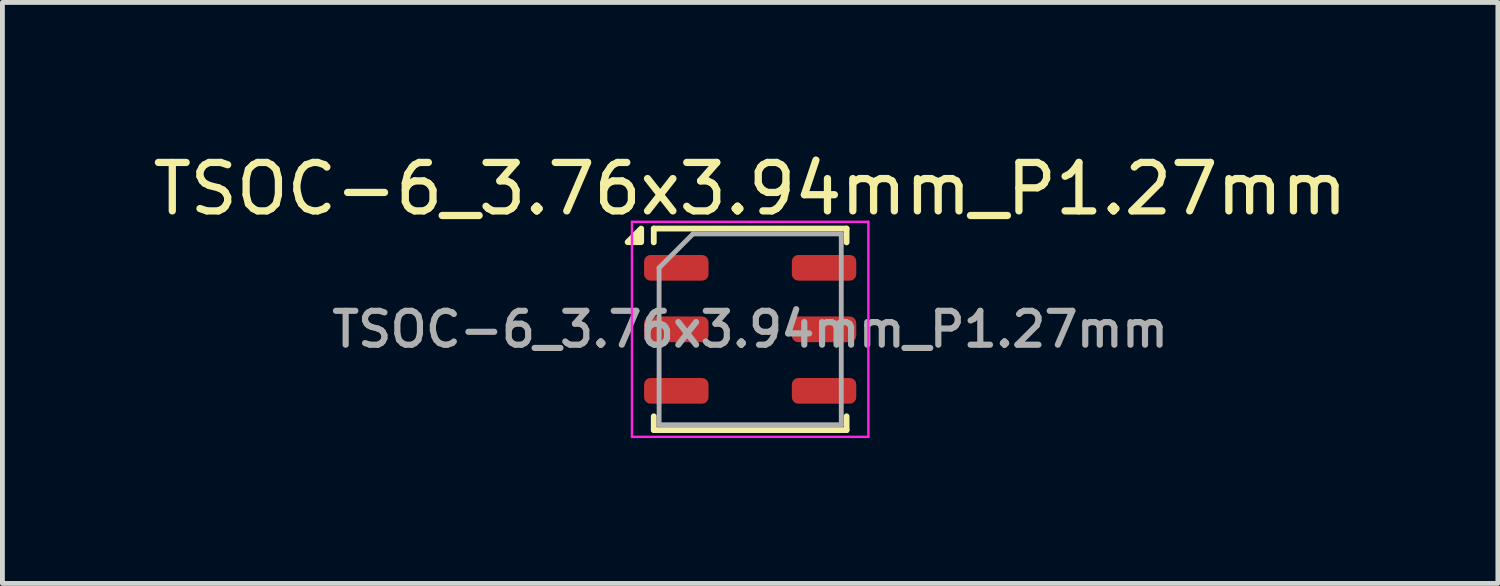
<source format=kicad_pcb>
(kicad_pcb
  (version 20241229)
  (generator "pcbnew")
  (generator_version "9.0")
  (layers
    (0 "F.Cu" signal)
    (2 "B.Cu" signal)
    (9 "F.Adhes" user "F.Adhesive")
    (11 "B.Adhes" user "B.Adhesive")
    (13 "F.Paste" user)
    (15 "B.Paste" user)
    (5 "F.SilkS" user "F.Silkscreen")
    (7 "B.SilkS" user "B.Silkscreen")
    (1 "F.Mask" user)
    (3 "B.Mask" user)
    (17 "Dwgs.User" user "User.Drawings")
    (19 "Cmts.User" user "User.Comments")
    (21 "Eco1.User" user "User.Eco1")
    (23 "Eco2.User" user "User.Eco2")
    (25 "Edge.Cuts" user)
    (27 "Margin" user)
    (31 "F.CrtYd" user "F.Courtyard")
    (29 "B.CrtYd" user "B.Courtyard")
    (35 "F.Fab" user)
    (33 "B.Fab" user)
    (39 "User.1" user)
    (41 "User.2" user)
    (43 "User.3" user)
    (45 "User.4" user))
  (footprint "TSOC-6_3.76x3.94mm_P1.27mm"
    (layer "F.Cu")
    (at 12.435 3.748)
    (property "Reference" "TSOC-6_3.76x3.94mm_P1.27mm" (at 0 -2.9 0) (layer "F.SilkS") (effects (font (size 1 1) (thickness 0.15))))
    (attr smd)
    (fp_line (start -1.99 -1.795) (end -1.99 -2.08) (stroke (width 0.12) (type solid)) (layer "F.SilkS"))
    (fp_line (start -1.99 1.795) (end -1.99 2.08) (stroke (width 0.12) (type solid)) (layer "F.SilkS"))
    (fp_line (start -1.99 2.08) (end 1.99 2.08) (stroke (width 0.12) (type solid)) (layer "F.SilkS"))
    (fp_line (start 1.99 -2.08) (end -1.99 -2.08) (stroke (width 0.12) (type solid)) (layer "F.SilkS"))
    (fp_line (start 1.99 -2.08) (end 1.99 -1.795) (stroke (width 0.12) (type solid)) (layer "F.SilkS"))
    (fp_line (start 1.99 1.795) (end 1.99 2.08) (stroke (width 0.12) (type solid)) (layer "F.SilkS"))
    (fp_poly (pts (xy -2.25 -1.8) (xy -2.53 -1.8) (xy -2.25 -2.08) (xy -2.25 -1.8)) (stroke (width 0.12) (type solid)) (fill yes) (layer "F.SilkS"))
    (fp_line (start -2.44 -2.22) (end -2.44 2.22) (stroke (width 0.05) (type solid)) (layer "F.CrtYd"))
    (fp_line (start -2.44 -2.22) (end 2.44 -2.22) (stroke (width 0.05) (type solid)) (layer "F.CrtYd"))
    (fp_line (start -2.44 2.22) (end 2.44 2.22) (stroke (width 0.05) (type solid)) (layer "F.CrtYd"))
    (fp_line (start 2.44 -2.22) (end 2.44 2.22) (stroke (width 0.05) (type solid)) (layer "F.CrtYd"))
    (fp_line (start -1.88 -1.27) (end -1.88 1.97) (stroke (width 0.1) (type solid)) (layer "F.Fab"))
    (fp_line (start -1.88 -1.27) (end -1.18 -1.97) (stroke (width 0.1) (type solid)) (layer "F.Fab"))
    (fp_line (start -1.88 1.97) (end 1.88 1.97) (stroke (width 0.1) (type solid)) (layer "F.Fab"))
    (fp_line (start -1.18 -1.97) (end 1.88 -1.97) (stroke (width 0.1) (type solid)) (layer "F.Fab"))
    (fp_line (start 1.88 -1.97) (end 1.88 1.97) (stroke (width 0.1) (type solid)) (layer "F.Fab"))
    (fp_text user "${REFERENCE}" (at 0 0 0) (layer "F.Fab") (effects (font (size 0.7 0.7) (thickness 0.127))))
    (pad "1" smd roundrect (at -1.525 -1.27) (size 1.33 0.53) (layers "F.Cu" "F.Mask" "F.Paste") (roundrect_rratio 0.25))
    (pad "2" smd roundrect (at -1.525 0) (size 1.33 0.53) (layers "F.Cu" "F.Mask" "F.Paste") (roundrect_rratio 0.25))
    (pad "3" smd roundrect (at -1.525 1.27) (size 1.33 0.53) (layers "F.Cu" "F.Mask" "F.Paste") (roundrect_rratio 0.25))
    (pad "4" smd roundrect (at 1.525 1.27) (size 1.33 0.53) (layers "F.Cu" "F.Mask" "F.Paste") (roundrect_rratio 0.25))
    (pad "5" smd roundrect (at 1.525 0) (size 1.33 0.53) (layers "F.Cu" "F.Mask" "F.Paste") (roundrect_rratio 0.25))
    (pad "6" smd roundrect (at 1.525 -1.27) (size 1.33 0.53) (layers "F.Cu" "F.Mask" "F.Paste") (roundrect_rratio 0.25)))
  (gr_rect
    (start -3 -3)
    (end 27.869 8.993)
    (stroke (width 0.1) (type default))
    (fill no)
    (layer "Edge.Cuts")))
</source>
